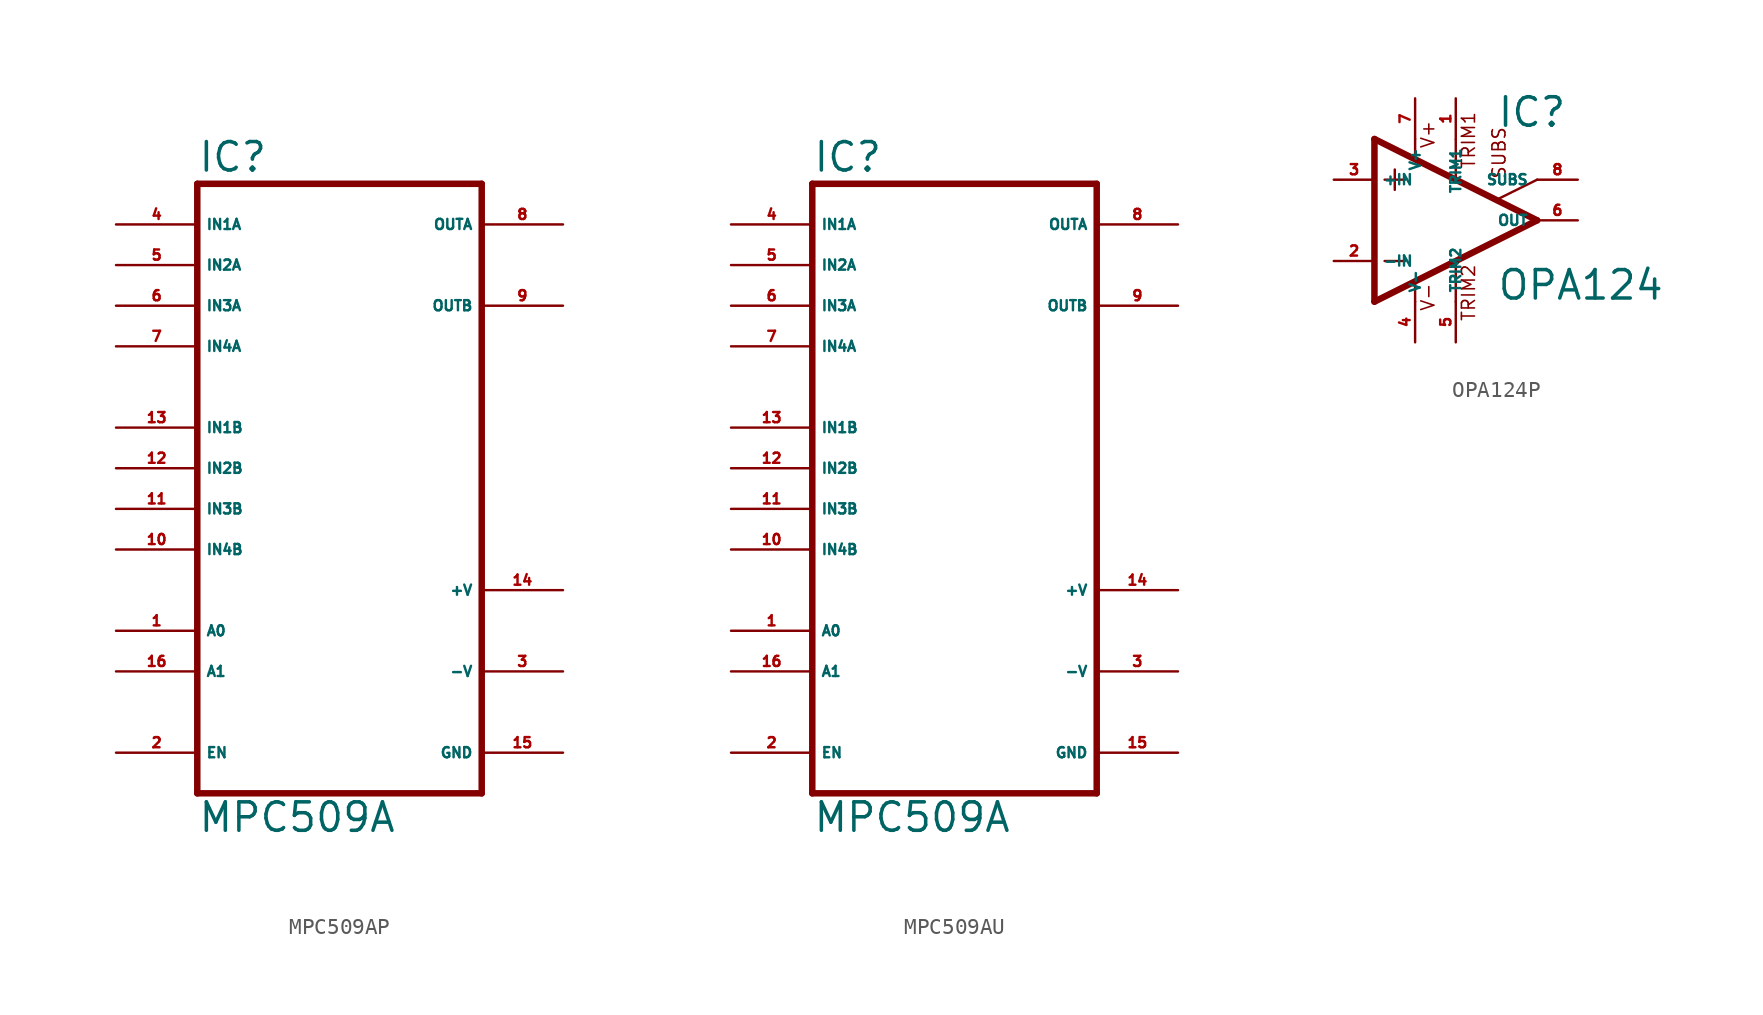
<source format=kicad_sym>
(kicad_symbol_lib
  (version 20220914)
  (generator Eagle2Kicad)
  (symbol "MPC509AP"
    (property "Reference" "IC"
      (at -7.62 18.415 0)
      (effects (font (size 1.778 1.778) (thickness 0.22)) (justify left bottom)))
    (property "Value" "MPC509A"
      (at -7.62 -22.86 0)
      (effects (font (size 1.778 1.778) (thickness 0.22)) (justify left bottom)))
    (polyline
      (pts (xy -7.62 -20.32) (xy 10.16 -20.32))
      (stroke (width 0.406) (type default))
      (fill (type none)))
    (polyline
      (pts (xy 10.16 -20.32) (xy 10.16 17.78))
      (stroke (width 0.406) (type default))
      (fill (type none)))
    (polyline
      (pts (xy 10.16 17.78) (xy -7.62 17.78))
      (stroke (width 0.406) (type default))
      (fill (type none)))
    (polyline
      (pts (xy -7.62 17.78) (xy -7.62 -20.32))
      (stroke (width 0.406) (type default))
      (fill (type none)))
    (pin input line
      (at -12.7 15.24 0)
      (length 5.08)
      (name "IN1A" (effects (font (size 0.635 0.635) (thickness 0.08)) (justify left bottom)))
      (number "4" (effects (font (size 0.635 0.635) (thickness 0.08)) (justify left bottom))))
    (pin input line
      (at -12.7 12.7 0)
      (length 5.08)
      (name "IN2A" (effects (font (size 0.635 0.635) (thickness 0.08)) (justify left bottom)))
      (number "5" (effects (font (size 0.635 0.635) (thickness 0.08)) (justify left bottom))))
    (pin input line
      (at -12.7 10.16 0)
      (length 5.08)
      (name "IN3A" (effects (font (size 0.635 0.635) (thickness 0.08)) (justify left bottom)))
      (number "6" (effects (font (size 0.635 0.635) (thickness 0.08)) (justify left bottom))))
    (pin input line
      (at -12.7 7.62 0)
      (length 5.08)
      (name "IN4A" (effects (font (size 0.635 0.635) (thickness 0.08)) (justify left bottom)))
      (number "7" (effects (font (size 0.635 0.635) (thickness 0.08)) (justify left bottom))))
    (pin input line
      (at -12.7 2.54 0)
      (length 5.08)
      (name "IN1B" (effects (font (size 0.635 0.635) (thickness 0.08)) (justify left bottom)))
      (number "13" (effects (font (size 0.635 0.635) (thickness 0.08)) (justify left bottom))))
    (pin input line
      (at -12.7 0 0)
      (length 5.08)
      (name "IN2B" (effects (font (size 0.635 0.635) (thickness 0.08)) (justify left bottom)))
      (number "12" (effects (font (size 0.635 0.635) (thickness 0.08)) (justify left bottom))))
    (pin input line
      (at -12.7 -2.54 0)
      (length 5.08)
      (name "IN3B" (effects (font (size 0.635 0.635) (thickness 0.08)) (justify left bottom)))
      (number "11" (effects (font (size 0.635 0.635) (thickness 0.08)) (justify left bottom))))
    (pin input line
      (at -12.7 -5.08 0)
      (length 5.08)
      (name "IN4B" (effects (font (size 0.635 0.635) (thickness 0.08)) (justify left bottom)))
      (number "10" (effects (font (size 0.635 0.635) (thickness 0.08)) (justify left bottom))))
    (pin input line
      (at -12.7 -10.16 0)
      (length 5.08)
      (name "A0" (effects (font (size 0.635 0.635) (thickness 0.08)) (justify left bottom)))
      (number "1" (effects (font (size 0.635 0.635) (thickness 0.08)) (justify left bottom))))
    (pin input line
      (at -12.7 -12.7 0)
      (length 5.08)
      (name "A1" (effects (font (size 0.635 0.635) (thickness 0.08)) (justify left bottom)))
      (number "16" (effects (font (size 0.635 0.635) (thickness 0.08)) (justify left bottom))))
    (pin output line
      (at 15.24 10.16 180)
      (length 5.08)
      (name "OUTB" (effects (font (size 0.635 0.635) (thickness 0.08)) (justify left bottom)))
      (number "9" (effects (font (size 0.635 0.635) (thickness 0.08)) (justify left bottom))))
    (pin input line
      (at -12.7 -17.78 0)
      (length 5.08)
      (name "EN" (effects (font (size 0.635 0.635) (thickness 0.08)) (justify left bottom)))
      (number "2" (effects (font (size 0.635 0.635) (thickness 0.08)) (justify left bottom))))
    (pin output line
      (at 15.24 15.24 180)
      (length 5.08)
      (name "OUTA" (effects (font (size 0.635 0.635) (thickness 0.08)) (justify left bottom)))
      (number "8" (effects (font (size 0.635 0.635) (thickness 0.08)) (justify left bottom))))
    (pin unspecified line
      (at 15.24 -17.78 180)
      (length 5.08)
      (name "GND" (effects (font (size 0.635 0.635) (thickness 0.08)) (justify left bottom)))
      (number "15" (effects (font (size 0.635 0.635) (thickness 0.08)) (justify left bottom))))
    (pin unspecified line
      (at 15.24 -12.7 180)
      (length 5.08)
      (name "-V" (effects (font (size 0.635 0.635) (thickness 0.08)) (justify left bottom)))
      (number "3" (effects (font (size 0.635 0.635) (thickness 0.08)) (justify left bottom))))
    (pin unspecified line
      (at 15.24 -7.62 180)
      (length 5.08)
      (name "+V" (effects (font (size 0.635 0.635) (thickness 0.08)) (justify left bottom)))
      (number "14" (effects (font (size 0.635 0.635) (thickness 0.08)) (justify left bottom)))))
  (symbol "MPC509AU"
    (property "Reference" "IC"
      (at -7.62 18.415 0)
      (effects (font (size 1.778 1.778) (thickness 0.22)) (justify left bottom)))
    (property "Value" "MPC509A"
      (at -7.62 -22.86 0)
      (effects (font (size 1.778 1.778) (thickness 0.22)) (justify left bottom)))
    (polyline
      (pts (xy -7.62 -20.32) (xy 10.16 -20.32))
      (stroke (width 0.406) (type default))
      (fill (type none)))
    (polyline
      (pts (xy 10.16 -20.32) (xy 10.16 17.78))
      (stroke (width 0.406) (type default))
      (fill (type none)))
    (polyline
      (pts (xy 10.16 17.78) (xy -7.62 17.78))
      (stroke (width 0.406) (type default))
      (fill (type none)))
    (polyline
      (pts (xy -7.62 17.78) (xy -7.62 -20.32))
      (stroke (width 0.406) (type default))
      (fill (type none)))
    (pin input line
      (at -12.7 15.24 0)
      (length 5.08)
      (name "IN1A" (effects (font (size 0.635 0.635) (thickness 0.08)) (justify left bottom)))
      (number "4" (effects (font (size 0.635 0.635) (thickness 0.08)) (justify left bottom))))
    (pin input line
      (at -12.7 12.7 0)
      (length 5.08)
      (name "IN2A" (effects (font (size 0.635 0.635) (thickness 0.08)) (justify left bottom)))
      (number "5" (effects (font (size 0.635 0.635) (thickness 0.08)) (justify left bottom))))
    (pin input line
      (at -12.7 10.16 0)
      (length 5.08)
      (name "IN3A" (effects (font (size 0.635 0.635) (thickness 0.08)) (justify left bottom)))
      (number "6" (effects (font (size 0.635 0.635) (thickness 0.08)) (justify left bottom))))
    (pin input line
      (at -12.7 7.62 0)
      (length 5.08)
      (name "IN4A" (effects (font (size 0.635 0.635) (thickness 0.08)) (justify left bottom)))
      (number "7" (effects (font (size 0.635 0.635) (thickness 0.08)) (justify left bottom))))
    (pin input line
      (at -12.7 2.54 0)
      (length 5.08)
      (name "IN1B" (effects (font (size 0.635 0.635) (thickness 0.08)) (justify left bottom)))
      (number "13" (effects (font (size 0.635 0.635) (thickness 0.08)) (justify left bottom))))
    (pin input line
      (at -12.7 0 0)
      (length 5.08)
      (name "IN2B" (effects (font (size 0.635 0.635) (thickness 0.08)) (justify left bottom)))
      (number "12" (effects (font (size 0.635 0.635) (thickness 0.08)) (justify left bottom))))
    (pin input line
      (at -12.7 -2.54 0)
      (length 5.08)
      (name "IN3B" (effects (font (size 0.635 0.635) (thickness 0.08)) (justify left bottom)))
      (number "11" (effects (font (size 0.635 0.635) (thickness 0.08)) (justify left bottom))))
    (pin input line
      (at -12.7 -5.08 0)
      (length 5.08)
      (name "IN4B" (effects (font (size 0.635 0.635) (thickness 0.08)) (justify left bottom)))
      (number "10" (effects (font (size 0.635 0.635) (thickness 0.08)) (justify left bottom))))
    (pin input line
      (at -12.7 -10.16 0)
      (length 5.08)
      (name "A0" (effects (font (size 0.635 0.635) (thickness 0.08)) (justify left bottom)))
      (number "1" (effects (font (size 0.635 0.635) (thickness 0.08)) (justify left bottom))))
    (pin input line
      (at -12.7 -12.7 0)
      (length 5.08)
      (name "A1" (effects (font (size 0.635 0.635) (thickness 0.08)) (justify left bottom)))
      (number "16" (effects (font (size 0.635 0.635) (thickness 0.08)) (justify left bottom))))
    (pin output line
      (at 15.24 10.16 180)
      (length 5.08)
      (name "OUTB" (effects (font (size 0.635 0.635) (thickness 0.08)) (justify left bottom)))
      (number "9" (effects (font (size 0.635 0.635) (thickness 0.08)) (justify left bottom))))
    (pin input line
      (at -12.7 -17.78 0)
      (length 5.08)
      (name "EN" (effects (font (size 0.635 0.635) (thickness 0.08)) (justify left bottom)))
      (number "2" (effects (font (size 0.635 0.635) (thickness 0.08)) (justify left bottom))))
    (pin output line
      (at 15.24 15.24 180)
      (length 5.08)
      (name "OUTA" (effects (font (size 0.635 0.635) (thickness 0.08)) (justify left bottom)))
      (number "8" (effects (font (size 0.635 0.635) (thickness 0.08)) (justify left bottom))))
    (pin unspecified line
      (at 15.24 -17.78 180)
      (length 5.08)
      (name "GND" (effects (font (size 0.635 0.635) (thickness 0.08)) (justify left bottom)))
      (number "15" (effects (font (size 0.635 0.635) (thickness 0.08)) (justify left bottom))))
    (pin unspecified line
      (at 15.24 -12.7 180)
      (length 5.08)
      (name "-V" (effects (font (size 0.635 0.635) (thickness 0.08)) (justify left bottom)))
      (number "3" (effects (font (size 0.635 0.635) (thickness 0.08)) (justify left bottom))))
    (pin unspecified line
      (at 15.24 -7.62 180)
      (length 5.08)
      (name "+V" (effects (font (size 0.635 0.635) (thickness 0.08)) (justify left bottom)))
      (number "14" (effects (font (size 0.635 0.635) (thickness 0.08)) (justify left bottom)))))
  (symbol "OPA124P"
    (property "Reference" "IC"
      (at 2.54 5.715 0)
      (effects (font (size 1.778 1.778) (thickness 0.22)) (justify left bottom)))
    (property "Value" "OPA124"
      (at 2.54 -5.08 0)
      (effects (font (size 1.778 1.778) (thickness 0.22)) (justify left bottom)))
    (polyline
      (pts (xy -3.81 3.175) (xy -3.81 1.905))
      (stroke (width 0.152) (type default))
      (fill (type none)))
    (polyline
      (pts (xy -4.445 2.54) (xy -3.175 2.54))
      (stroke (width 0.152) (type default))
      (fill (type none)))
    (polyline
      (pts (xy -4.445 -2.54) (xy -3.175 -2.54))
      (stroke (width 0.152) (type default))
      (fill (type none)))
    (polyline
      (pts (xy -2.54 5.08) (xy -2.54 3.886))
      (stroke (width 0.152) (type default))
      (fill (type none)))
    (polyline
      (pts (xy 0 5.055) (xy 0 2.616))
      (stroke (width 0.152) (type default))
      (fill (type none)))
    (polyline
      (pts (xy 0 -2.616) (xy 0 -5.08))
      (stroke (width 0.152) (type default))
      (fill (type none)))
    (polyline
      (pts (xy -2.54 -3.912) (xy -2.54 -5.08))
      (stroke (width 0.152) (type default))
      (fill (type none)))
    (polyline
      (pts (xy 5.08 2.54) (xy 2.616 1.321))
      (stroke (width 0.152) (type default))
      (fill (type none)))
    (polyline
      (pts (xy 5.08 0) (xy -5.08 5.08))
      (stroke (width 0.406) (type default))
      (fill (type none)))
    (polyline
      (pts (xy -5.08 5.08) (xy -5.08 -5.08))
      (stroke (width 0.406) (type default))
      (fill (type none)))
    (polyline
      (pts (xy -5.08 -5.08) (xy 5.08 0))
      (stroke (width 0.406) (type default))
      (fill (type none)))
    (text "V+"
      (at -1.27 4.445 900)
      (effects (font (size 0.813 0.813) (thickness 0.10)) (justify left bottom)))
    (text "V-"
      (at -1.27 -5.715 900)
      (effects (font (size 0.813 0.813) (thickness 0.10)) (justify left bottom)))
    (text "TRIM1"
      (at 1.27 3.175 900)
      (effects (font (size 0.813 0.813) (thickness 0.10)) (justify left bottom)))
    (text "TRIM2"
      (at 1.27 -6.35 900)
      (effects (font (size 0.813 0.813) (thickness 0.10)) (justify left bottom)))
    (text "SUBS"
      (at 3.175 2.54 900)
      (effects (font (size 0.813 0.813) (thickness 0.10)) (justify left bottom)))
    (pin passive line
      (at 7.62 2.54 180)
      (length 2.54)
      (name "SUBS" (effects (font (size 0.635 0.635) (thickness 0.08)) (justify left bottom)))
      (number "8" (effects (font (size 0.635 0.635) (thickness 0.08)) (justify left bottom))))
    (pin passive line
      (at 0 7.62 270)
      (length 2.54)
      (name "TRIM1" (effects (font (size 0.635 0.635) (thickness 0.08)) (justify left bottom)))
      (number "1" (effects (font (size 0.635 0.635) (thickness 0.08)) (justify left bottom))))
    (pin input line
      (at -7.62 -2.54 0)
      (length 2.54)
      (name "-IN" (effects (font (size 0.635 0.635) (thickness 0.08)) (justify left bottom)))
      (number "2" (effects (font (size 0.635 0.635) (thickness 0.08)) (justify left bottom))))
    (pin input line
      (at -7.62 2.54 0)
      (length 2.54)
      (name "+IN" (effects (font (size 0.635 0.635) (thickness 0.08)) (justify left bottom)))
      (number "3" (effects (font (size 0.635 0.635) (thickness 0.08)) (justify left bottom))))
    (pin output line
      (at 7.62 0 180)
      (length 2.54)
      (name "OUT" (effects (font (size 0.635 0.635) (thickness 0.08)) (justify left bottom)))
      (number "6" (effects (font (size 0.635 0.635) (thickness 0.08)) (justify left bottom))))
    (pin passive line
      (at 0 -7.62 90)
      (length 2.54)
      (name "TRIM2" (effects (font (size 0.635 0.635) (thickness 0.08)) (justify left bottom)))
      (number "5" (effects (font (size 0.635 0.635) (thickness 0.08)) (justify left bottom))))
    (pin unspecified line
      (at -2.54 7.62 270)
      (length 2.54)
      (name "V+" (effects (font (size 0.635 0.635) (thickness 0.08)) (justify left bottom)))
      (number "7" (effects (font (size 0.635 0.635) (thickness 0.08)) (justify left bottom))))
    (pin unspecified line
      (at -2.54 -7.62 90)
      (length 2.54)
      (name "V-" (effects (font (size 0.635 0.635) (thickness 0.08)) (justify left bottom)))
      (number "4" (effects (font (size 0.635 0.635) (thickness 0.08)) (justify left bottom))))))
</source>
